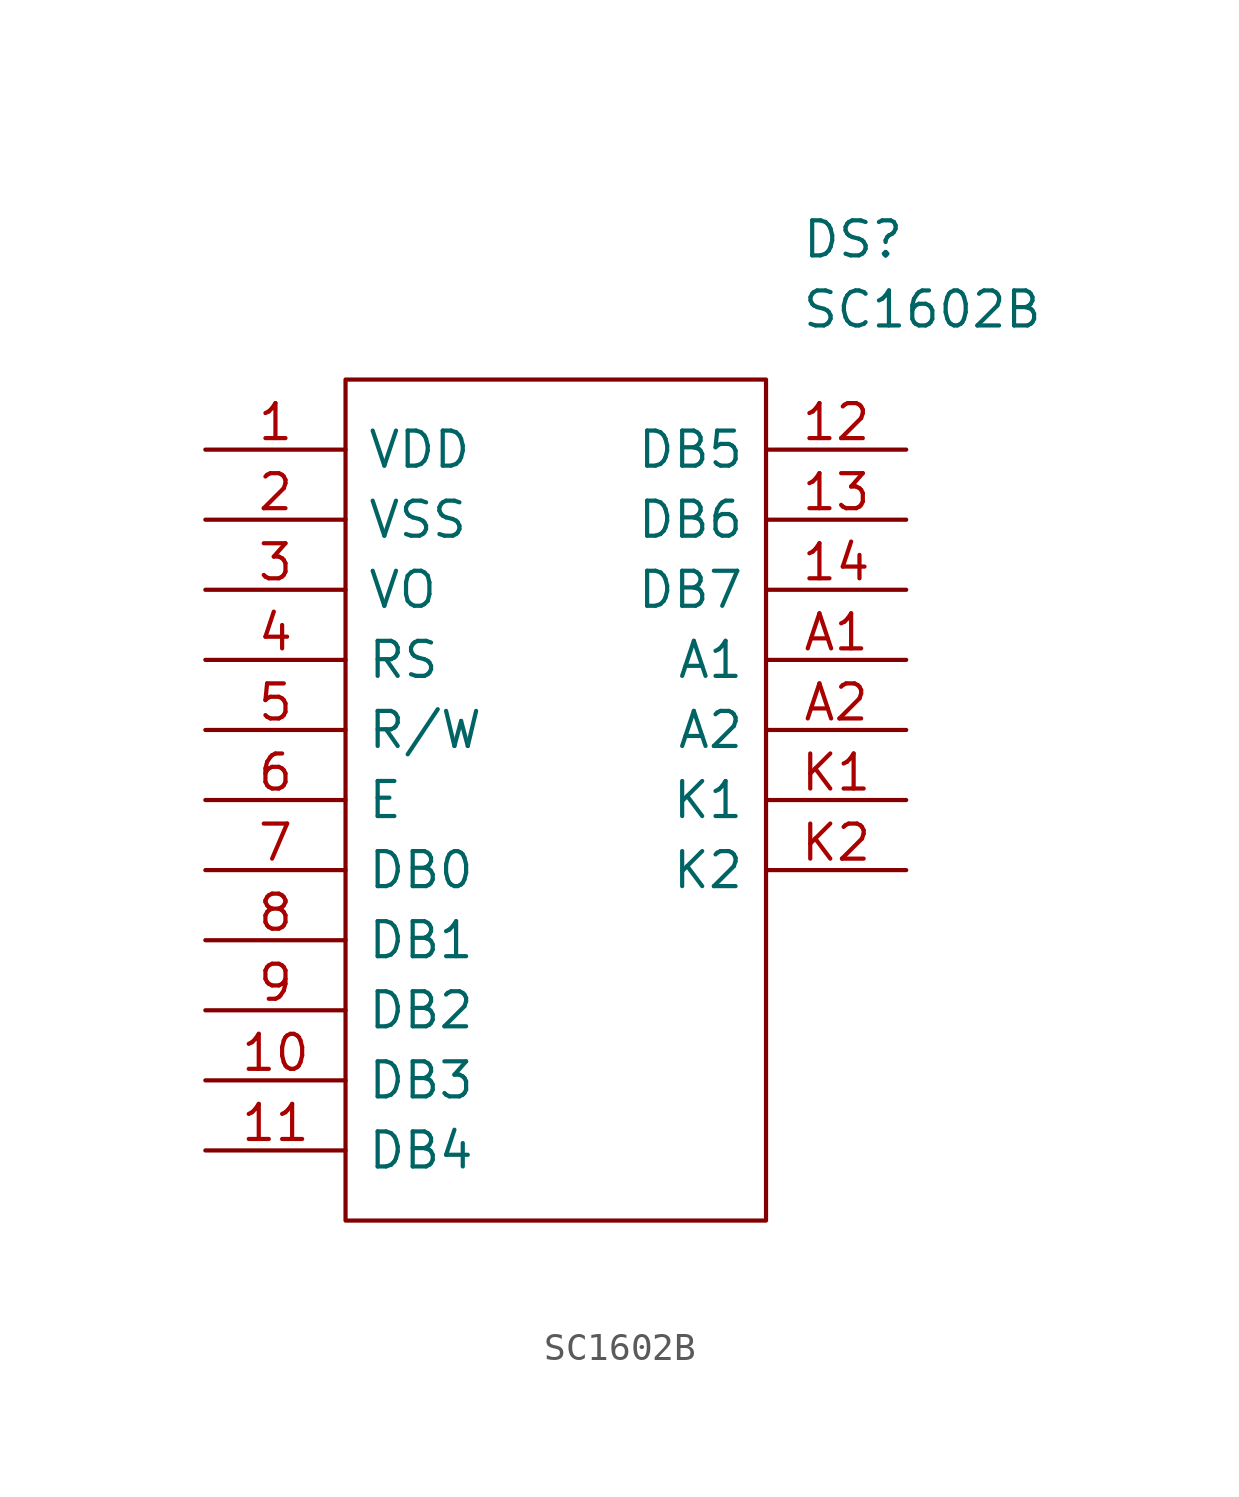
<source format=kicad_sym>
(kicad_symbol_lib
  (version 20220914)
  (generator kicad_symbol_editor)
  (symbol "SC1602B"
    (pin_names
      (offset 0.762))
    (property "Reference" "DS"
      (at 21.59 7.62 0)
      (effects (font (size 1.27 1.27)) (justify left)))
    (property "Value" "SC1602B"
      (at 21.59 5.08 0)
      (effects (font (size 1.27 1.27)) (justify left)))
    (symbol "SC1602B_0_0"
      (pin passive line (at 0 0 0) (length 5.08) (name "VDD" (effects (font (size 1.27 1.27)))) (number "1" (effects (font (size 1.27 1.27)))))
      (pin passive line (at 0 -22.86 0) (length 5.08) (name "DB3" (effects (font (size 1.27 1.27)))) (number "10" (effects (font (size 1.27 1.27)))))
      (pin passive line (at 0 -25.4 0) (length 5.08) (name "DB4" (effects (font (size 1.27 1.27)))) (number "11" (effects (font (size 1.27 1.27)))))
      (pin passive line (at 25.4 0 180) (length 5.08) (name "DB5" (effects (font (size 1.27 1.27)))) (number "12" (effects (font (size 1.27 1.27)))))
      (pin passive line (at 25.4 -2.54 180) (length 5.08) (name "DB6" (effects (font (size 1.27 1.27)))) (number "13" (effects (font (size 1.27 1.27)))))
      (pin passive line (at 25.4 -5.08 180) (length 5.08) (name "DB7" (effects (font (size 1.27 1.27)))) (number "14" (effects (font (size 1.27 1.27)))))
      (pin passive line (at 0 -2.54 0) (length 5.08) (name "VSS" (effects (font (size 1.27 1.27)))) (number "2" (effects (font (size 1.27 1.27)))))
      (pin passive line (at 0 -5.08 0) (length 5.08) (name "VO" (effects (font (size 1.27 1.27)))) (number "3" (effects (font (size 1.27 1.27)))))
      (pin passive line (at 0 -7.62 0) (length 5.08) (name "RS" (effects (font (size 1.27 1.27)))) (number "4" (effects (font (size 1.27 1.27)))))
      (pin passive line (at 0 -10.16 0) (length 5.08) (name "R/W" (effects (font (size 1.27 1.27)))) (number "5" (effects (font (size 1.27 1.27)))))
      (pin passive line (at 0 -12.7 0) (length 5.08) (name "E" (effects (font (size 1.27 1.27)))) (number "6" (effects (font (size 1.27 1.27)))))
      (pin passive line (at 0 -15.24 0) (length 5.08) (name "DB0" (effects (font (size 1.27 1.27)))) (number "7" (effects (font (size 1.27 1.27)))))
      (pin passive line (at 0 -17.78 0) (length 5.08) (name "DB1" (effects (font (size 1.27 1.27)))) (number "8" (effects (font (size 1.27 1.27)))))
      (pin passive line (at 0 -20.32 0) (length 5.08) (name "DB2" (effects (font (size 1.27 1.27)))) (number "9" (effects (font (size 1.27 1.27)))))
      (pin passive line (at 25.4 -7.62 180) (length 5.08) (name "A1" (effects (font (size 1.27 1.27)))) (number "A1" (effects (font (size 1.27 1.27)))))
      (pin passive line (at 25.4 -10.16 180) (length 5.08) (name "A2" (effects (font (size 1.27 1.27)))) (number "A2" (effects (font (size 1.27 1.27)))))
      (pin passive line (at 25.4 -12.7 180) (length 5.08) (name "K1" (effects (font (size 1.27 1.27)))) (number "K1" (effects (font (size 1.27 1.27)))))
      (pin passive line (at 25.4 -15.24 180) (length 5.08) (name "K2" (effects (font (size 1.27 1.27)))) (number "K2" (effects (font (size 1.27 1.27))))))
    (symbol "SC1602B_0_1"
      (polyline (pts (xy 5.08 2.54) (xy 20.32 2.54) (xy 20.32 -27.94) (xy 5.08 -27.94) (xy 5.08 2.54)) (stroke (width 0.152) (type solid)) (fill (type none))))))
</source>
